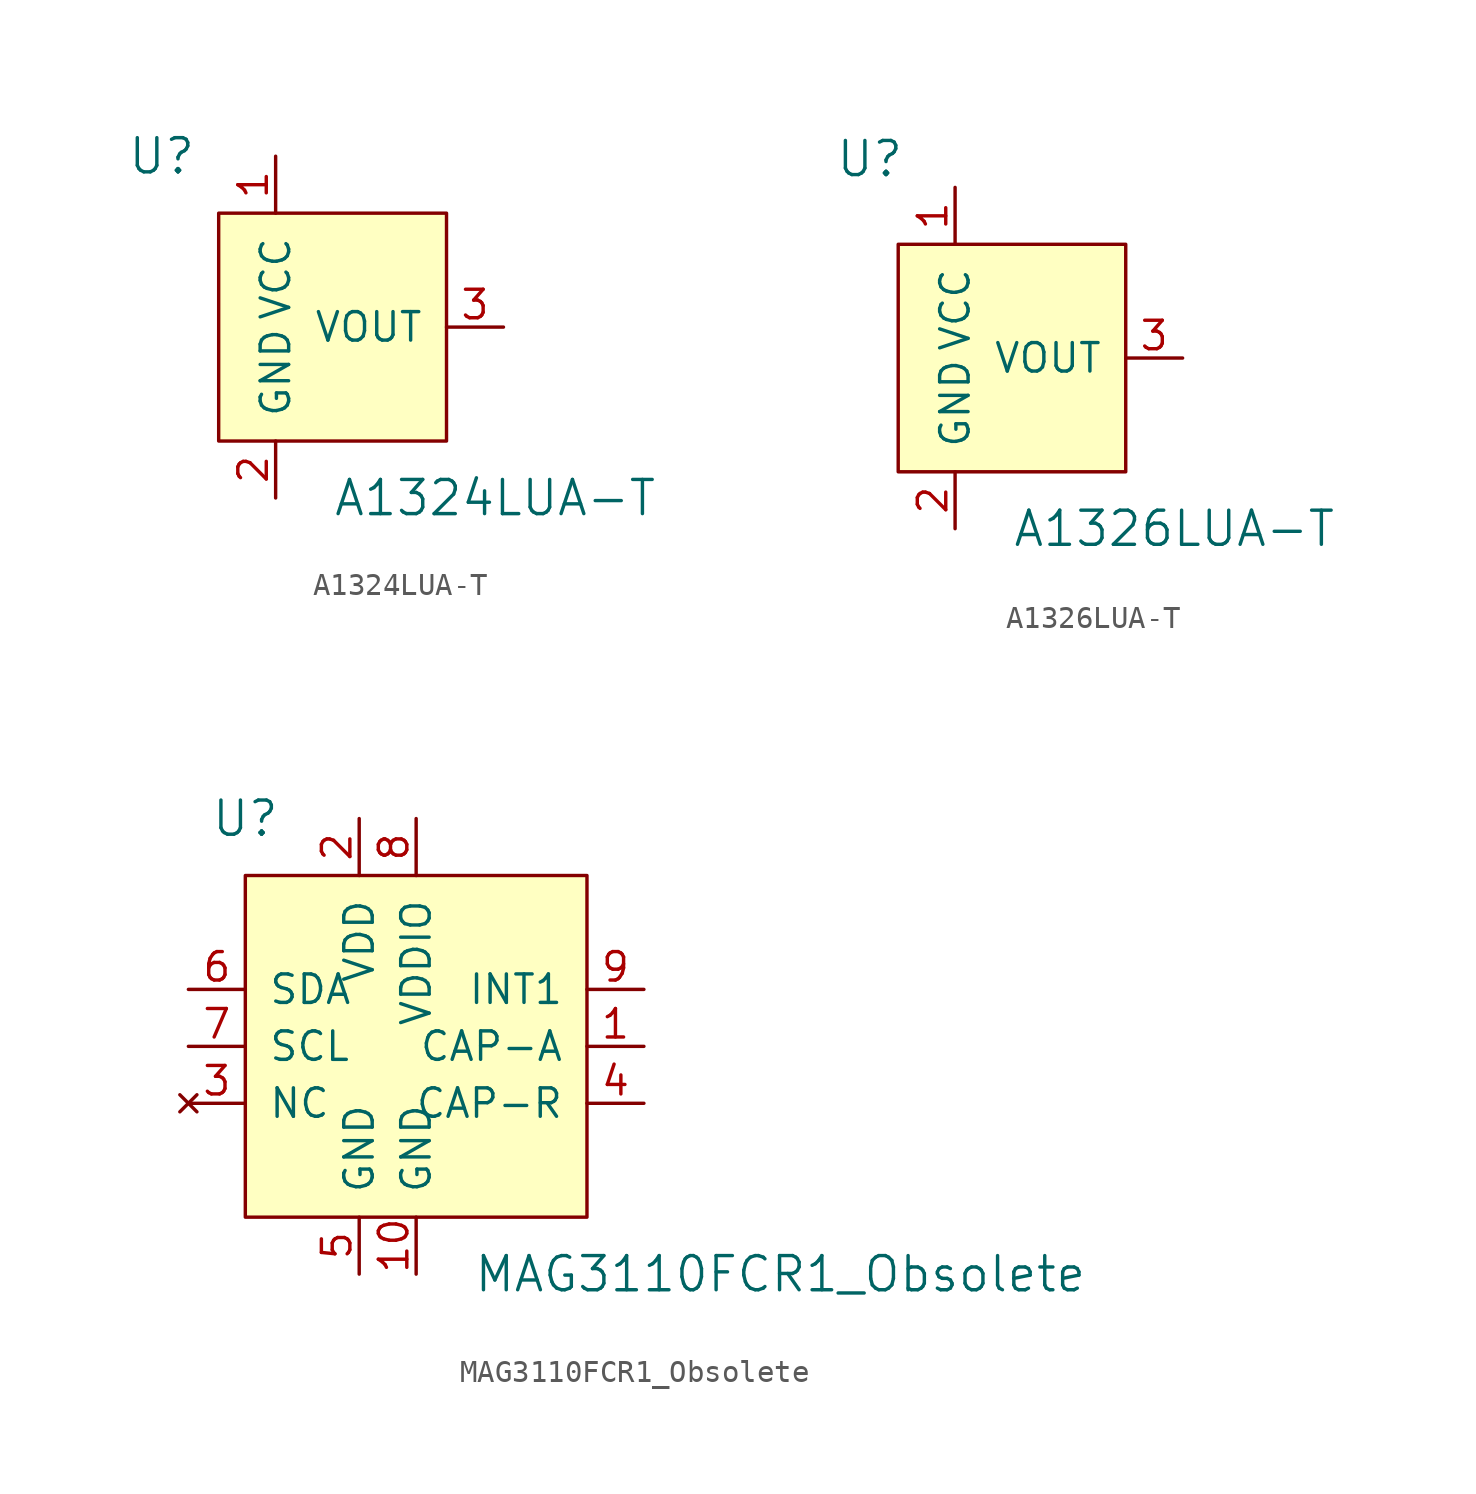
<source format=kicad_sym>
(kicad_symbol_lib
  (version 20220914)
  (generator kicad_symbol_editor)
  (symbol "A1324LUA-T"
    (pin_names
      (offset 1.016))
    (property "Reference" "U"
      (at -5.08 7.62 0)
      (effects (font (size 1.524 1.524))))
    (property "Value" "A1324LUA-T"
      (at 2.54 -7.62 0)
      (effects (font (size 1.524 1.524)) (justify left)))
    (symbol "A1324LUA-T_0_1"
      (rectangle (start 7.62 5.08) (end -2.54 -5.08) (stroke (width 0) (type solid)) (fill (type background))))
    (symbol "A1324LUA-T_1_1"
      (pin power_in line (at 0 7.62 270) (length 2.54) (name "VCC" (effects (font (size 1.27 1.27)))) (number "1" (effects (font (size 1.27 1.27)))))
      (pin power_in line (at 0 -7.62 90) (length 2.54) (name "GND" (effects (font (size 1.27 1.27)))) (number "2" (effects (font (size 1.27 1.27)))))
      (pin output line (at 10.16 0 180) (length 2.54) (name "VOUT" (effects (font (size 1.27 1.27)))) (number "3" (effects (font (size 1.27 1.27)))))))
  (symbol "A1326LUA-T"
    (pin_names
      (offset 1.016))
    (property "Reference" "U"
      (at -3.81 8.89 0)
      (effects (font (size 1.524 1.524))))
    (property "Value" "A1326LUA-T"
      (at 2.54 -7.62 0)
      (effects (font (size 1.524 1.524)) (justify left)))
    (symbol "A1326LUA-T_0_1"
      (rectangle (start 7.62 5.08) (end -2.54 -5.08) (stroke (width 0) (type solid)) (fill (type background))))
    (symbol "A1326LUA-T_1_1"
      (pin power_in line (at 0 7.62 270) (length 2.54) (name "VCC" (effects (font (size 1.27 1.27)))) (number "1" (effects (font (size 1.27 1.27)))))
      (pin power_in line (at 0 -7.62 90) (length 2.54) (name "GND" (effects (font (size 1.27 1.27)))) (number "2" (effects (font (size 1.27 1.27)))))
      (pin output line (at 10.16 0 180) (length 2.54) (name "VOUT" (effects (font (size 1.27 1.27)))) (number "3" (effects (font (size 1.27 1.27)))))))
  (symbol "MAG3110FCR1_Obsolete"
    (pin_names
      (offset 1.016))
    (property "Reference" "U"
      (at -7.62 10.16 0)
      (effects (font (size 1.524 1.524))))
    (property "Value" "MAG3110FCR1_Obsolete"
      (at 2.54 -10.16 0)
      (effects (font (size 1.524 1.524)) (justify left)))
    (symbol "MAG3110FCR1_Obsolete_0_1"
      (rectangle (start 7.62 7.62) (end -7.62 -7.62) (stroke (width 0) (type solid)) (fill (type background))))
    (symbol "MAG3110FCR1_Obsolete_1_1"
      (pin passive line (at 10.16 0 180) (length 2.54) (name "CAP-A" (effects (font (size 1.27 1.27)))) (number "1" (effects (font (size 1.27 1.27)))))
      (pin power_in line (at 0 -10.16 90) (length 2.54) (name "GND" (effects (font (size 1.27 1.27)))) (number "10" (effects (font (size 1.27 1.27)))))
      (pin power_in line (at -2.54 10.16 270) (length 2.54) (name "VDD" (effects (font (size 1.27 1.27)))) (number "2" (effects (font (size 1.27 1.27)))))
      (pin no_connect line (at -10.16 -2.54 0) (length 2.54) (name "NC" (effects (font (size 1.27 1.27)))) (number "3" (effects (font (size 1.27 1.27)))))
      (pin passive line (at 10.16 -2.54 180) (length 2.54) (name "CAP-R" (effects (font (size 1.27 1.27)))) (number "4" (effects (font (size 1.27 1.27)))))
      (pin power_in line (at -2.54 -10.16 90) (length 2.54) (name "GND" (effects (font (size 1.27 1.27)))) (number "5" (effects (font (size 1.27 1.27)))))
      (pin bidirectional line (at -10.16 2.54 0) (length 2.54) (name "SDA" (effects (font (size 1.27 1.27)))) (number "6" (effects (font (size 1.27 1.27)))))
      (pin input line (at -10.16 0 0) (length 2.54) (name "SCL" (effects (font (size 1.27 1.27)))) (number "7" (effects (font (size 1.27 1.27)))))
      (pin power_in line (at 0 10.16 270) (length 2.54) (name "VDDIO" (effects (font (size 1.27 1.27)))) (number "8" (effects (font (size 1.27 1.27)))))
      (pin output line (at 10.16 2.54 180) (length 2.54) (name "INT1" (effects (font (size 1.27 1.27)))) (number "9" (effects (font (size 1.27 1.27))))))))
</source>
